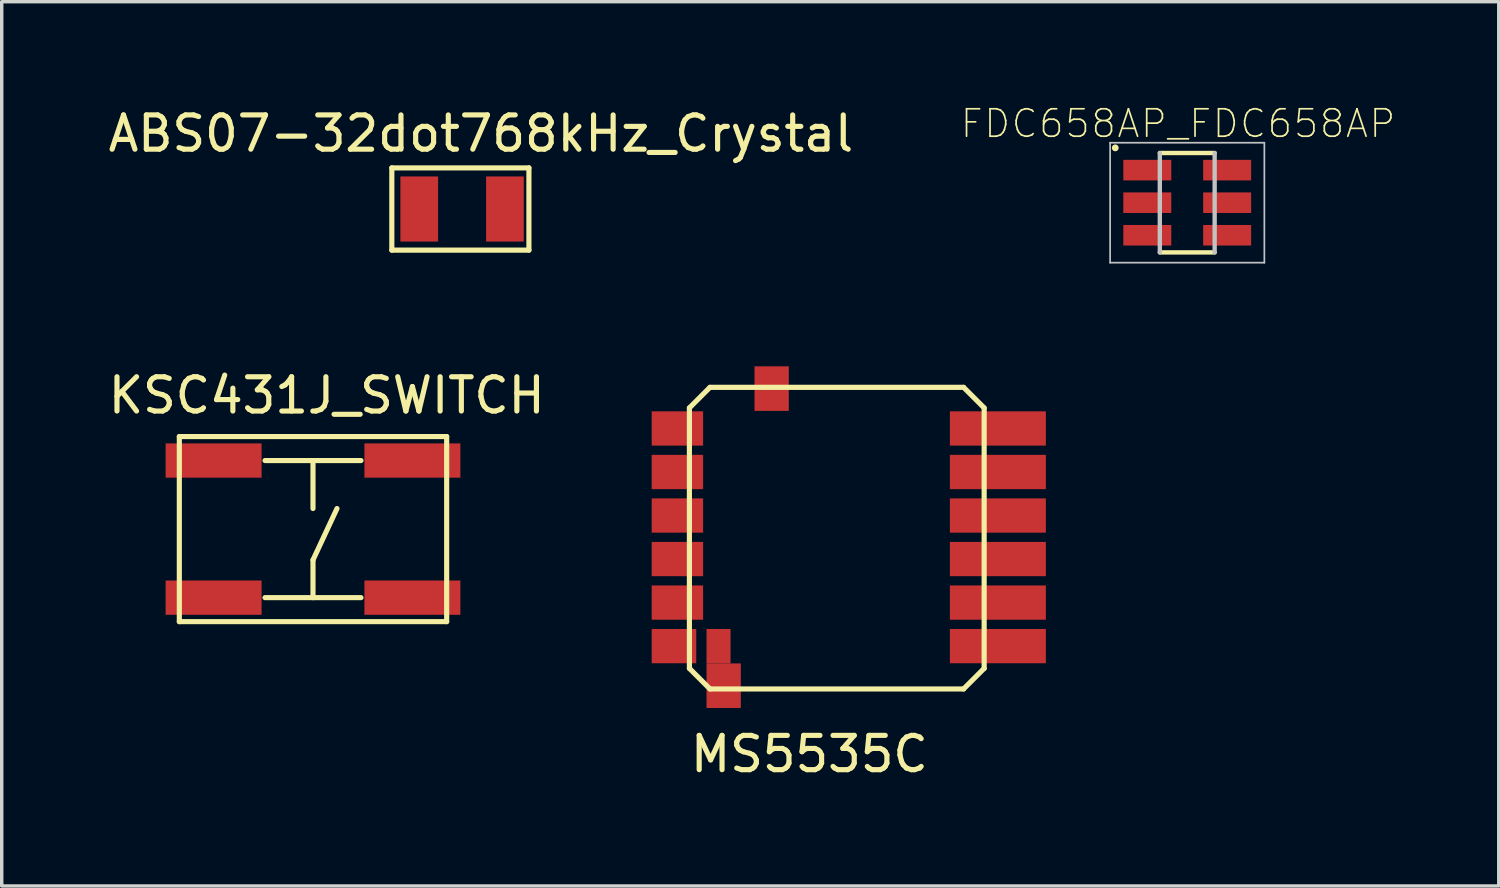
<source format=kicad_pcb>
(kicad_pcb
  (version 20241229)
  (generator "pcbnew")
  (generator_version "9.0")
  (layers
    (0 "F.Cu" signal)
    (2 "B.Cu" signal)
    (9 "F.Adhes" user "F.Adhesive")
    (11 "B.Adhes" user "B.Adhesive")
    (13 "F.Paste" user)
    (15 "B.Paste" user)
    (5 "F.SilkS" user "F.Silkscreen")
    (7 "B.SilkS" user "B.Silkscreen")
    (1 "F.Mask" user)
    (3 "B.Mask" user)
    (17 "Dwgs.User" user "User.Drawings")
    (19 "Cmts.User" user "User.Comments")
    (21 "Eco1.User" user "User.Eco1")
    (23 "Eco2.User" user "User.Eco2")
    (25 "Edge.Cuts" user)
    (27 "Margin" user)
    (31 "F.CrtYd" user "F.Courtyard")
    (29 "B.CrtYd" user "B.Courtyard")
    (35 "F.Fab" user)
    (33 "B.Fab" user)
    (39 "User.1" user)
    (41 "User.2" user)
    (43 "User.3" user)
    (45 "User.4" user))
  (footprint "ABS07-32dot768kHz_Crystal"
    (layer "F.Cu")
    (at 10.382 3.048)
    (property "Reference" "ABS07-32dot768kHz_Crystal" (at 0.6 -2.2 0) (layer "F.SilkS") (effects (font (size 1 1) (thickness 0.15))))
    (attr through_hole)
    (fp_line (start -2 -1.2) (end -2 1.2) (stroke (width 0.15) (type solid)) (layer "F.SilkS"))
    (fp_line (start -2 1.2) (end 2 1.2) (stroke (width 0.15) (type solid)) (layer "F.SilkS"))
    (fp_line (start 2 -1.2) (end -2 -1.2) (stroke (width 0.15) (type solid)) (layer "F.SilkS"))
    (fp_line (start 2 1.2) (end 2 -1.2) (stroke (width 0.15) (type solid)) (layer "F.SilkS"))
    (pad "1" smd rect (at -1.2 0) (size 1.1 1.9) (layers "F.Cu" "F.Mask" "F.Paste"))
    (pad "2" smd rect (at 1.3 0) (size 1.1 1.9) (layers "F.Cu" "F.Mask" "F.Paste")))
  (footprint "FDC658AP_FDC658AP"
    (layer "F.Cu")
    (at 31.589 2.864)
    (property "Reference" "FDC658AP_FDC658AP" (at -0.268 -2.308 0) (layer "F.SilkS") (effects (font (size 0.8 0.8) (thickness 0.05))))
    (attr smd)
    (fp_line (start -0.8 -1.45) (end 0.8 -1.45) (stroke (width 0.127) (type solid)) (layer "F.SilkS"))
    (fp_line (start 0.8 1.45) (end -0.8 1.45) (stroke (width 0.127) (type solid)) (layer "F.SilkS"))
    (fp_circle (center -2.1 -1.6) (end -2.05 -1.6) (stroke (width 0.1) (type solid)) (fill no) (layer "F.SilkS"))
    (fp_line (start -2.25 -1.75) (end 2.25 -1.75) (stroke (width 0.05) (type solid)) (layer "Dwgs.User"))
    (fp_line (start -2.25 1.75) (end -2.25 -1.75) (stroke (width 0.05) (type solid)) (layer "Dwgs.User"))
    (fp_line (start -0.8 1.45) (end -0.8 -1.45) (stroke (width 0.127) (type solid)) (layer "Dwgs.User"))
    (fp_line (start 0.8 -1.45) (end 0.8 1.45) (stroke (width 0.127) (type solid)) (layer "Dwgs.User"))
    (fp_line (start 2.25 -1.75) (end 2.25 1.75) (stroke (width 0.05) (type solid)) (layer "Dwgs.User"))
    (fp_line (start 2.25 1.75) (end -2.25 1.75) (stroke (width 0.05) (type solid)) (layer "Dwgs.User"))
    (pad "1" smd rect (at -1.165 -0.95) (size 1.4 0.6) (layers "F.Cu" "F.Mask" "F.Paste"))
    (pad "2" smd rect (at -1.165 0) (size 1.4 0.6) (layers "F.Cu" "F.Mask" "F.Paste"))
    (pad "3" smd rect (at -1.165 0.95) (size 1.4 0.6) (layers "F.Cu" "F.Mask" "F.Paste"))
    (pad "4" smd rect (at 1.165 0.95) (size 1.4 0.6) (layers "F.Cu" "F.Mask" "F.Paste"))
    (pad "5" smd rect (at 1.165 0) (size 1.4 0.6) (layers "F.Cu" "F.Mask" "F.Paste"))
    (pad "6" smd rect (at 1.165 -0.95) (size 1.4 0.6) (layers "F.Cu" "F.Mask" "F.Paste")))
  (footprint "MS5535C"
    (layer "F.Cu")
    (at 26.064 9.451)
    (property "Reference" "MS5535C" (at -5.5 9.5 0) (layer "F.SilkS") (effects (font (size 1 1) (thickness 0.15))))
    (attr through_hole)
    (fp_line (start -9 -0.6) (end -8.4 -1.2) (stroke (width 0.15) (type solid)) (layer "F.SilkS"))
    (fp_line (start -9 7) (end -9 -0.6) (stroke (width 0.15) (type solid)) (layer "F.SilkS"))
    (fp_line (start -9 7) (end -8.4 7.6) (stroke (width 0.15) (type solid)) (layer "F.SilkS"))
    (fp_line (start -8.4 -1.2) (end -1 -1.2) (stroke (width 0.15) (type solid)) (layer "F.SilkS"))
    (fp_line (start -1 -1.2) (end -0.4 -0.6) (stroke (width 0.15) (type solid)) (layer "F.SilkS"))
    (fp_line (start -1 7.6) (end -8.4 7.6) (stroke (width 0.15) (type solid)) (layer "F.SilkS"))
    (fp_line (start -0.4 -0.6) (end -0.4 7) (stroke (width 0.15) (type solid)) (layer "F.SilkS"))
    (fp_line (start -0.4 7) (end -1 7.6) (stroke (width 0.15) (type solid)) (layer "F.SilkS"))
    (pad "1" smd rect (at 0 6.35) (size 2.8 1) (layers "F.Cu" "F.Mask" "F.Paste"))
    (pad "2" smd rect (at 0 5.08) (size 2.8 1) (layers "F.Cu" "F.Mask" "F.Paste"))
    (pad "3" smd rect (at 0 3.81) (size 2.8 1) (layers "F.Cu" "F.Mask" "F.Paste"))
    (pad "4" smd rect (at 0 2.54) (size 2.8 1) (layers "F.Cu" "F.Mask" "F.Paste"))
    (pad "5" smd rect (at 0 1.27) (size 2.8 1) (layers "F.Cu" "F.Mask" "F.Paste"))
    (pad "6" smd rect (at 0 0) (size 2.8 1) (layers "F.Cu" "F.Mask" "F.Paste"))
    (pad "7" smd rect (at -6.6 -1.163) (size 1 1.3) (layers "F.Cu" "F.Mask" "F.Paste"))
    (pad "8" smd rect (at -9.35 0) (size 1.5 1) (layers "F.Cu" "F.Mask" "F.Paste"))
    (pad "9" smd rect (at -9.35 1.27) (size 1.5 1) (layers "F.Cu" "F.Mask" "F.Paste"))
    (pad "10" smd rect (at -9.35 2.54) (size 1.5 1) (layers "F.Cu" "F.Mask" "F.Paste"))
    (pad "11" smd rect (at -9.35 3.81) (size 1.5 1) (layers "F.Cu" "F.Mask" "F.Paste"))
    (pad "12" smd rect (at -9.35 5.08) (size 1.5 1) (layers "F.Cu" "F.Mask" "F.Paste"))
    (pad "13" smd rect (at -9.45 6.35) (size 1.3 1) (layers "F.Cu" "F.Mask" "F.Paste"))
    (pad "14" smd rect (at -8.15 6.353) (size 0.7 1.005) (layers "F.Cu" "F.Mask" "F.Paste"))
    (pad "14" smd rect (at -8 7.505) (size 1 1.3) (layers "F.Cu" "F.Mask" "F.Paste")))
  (footprint "KSC431J_SWITCH"
    (layer "F.Cu")
    (at 6.082 12.587)
    (property "Reference" "KSC431J_SWITCH" (at 0.4 -4.1 0) (layer "F.SilkS") (effects (font (size 1 1) (thickness 0.15))))
    (attr through_hole)
    (fp_line (start -3.9 -2.9) (end -3.9 2.5) (stroke (width 0.15) (type solid)) (layer "F.SilkS"))
    (fp_line (start -3.9 2.5) (end 3.9 2.5) (stroke (width 0.15) (type solid)) (layer "F.SilkS"))
    (fp_line (start -1.4 -2.2) (end 1.4 -2.2) (stroke (width 0.15) (type solid)) (layer "F.SilkS"))
    (fp_line (start -1.4 1.8) (end 1.4 1.8) (stroke (width 0.15) (type solid)) (layer "F.SilkS"))
    (fp_line (start 0 -2.2) (end 0 -0.8) (stroke (width 0.15) (type solid)) (layer "F.SilkS"))
    (fp_line (start 0 0.7) (end 0 1.8) (stroke (width 0.15) (type solid)) (layer "F.SilkS"))
    (fp_line (start 0.7 -0.8) (end 0 0.7) (stroke (width 0.15) (type solid)) (layer "F.SilkS"))
    (fp_line (start 3.9 -2.9) (end -3.9 -2.9) (stroke (width 0.15) (type solid)) (layer "F.SilkS"))
    (fp_line (start 3.9 2.5) (end 3.9 -2.9) (stroke (width 0.15) (type solid)) (layer "F.SilkS"))
    (pad "1" smd rect (at 2.9 -2.2) (size 2.8 1) (layers "F.Cu" "F.Mask" "F.Paste"))
    (pad "2" smd rect (at 2.9 1.8) (size 2.8 1) (layers "F.Cu" "F.Mask" "F.Paste"))
    (pad "3" smd rect (at -2.9 -2.2) (size 2.8 1) (layers "F.Cu" "F.Mask" "F.Paste"))
    (pad "4" smd rect (at -2.9 1.8) (size 2.8 1) (layers "F.Cu" "F.Mask" "F.Paste")))
  (gr_rect
    (start -3 -3)
    (end 40.678 22.799)
    (stroke (width 0.1) (type default))
    (fill no)
    (layer "Edge.Cuts")))
</source>
